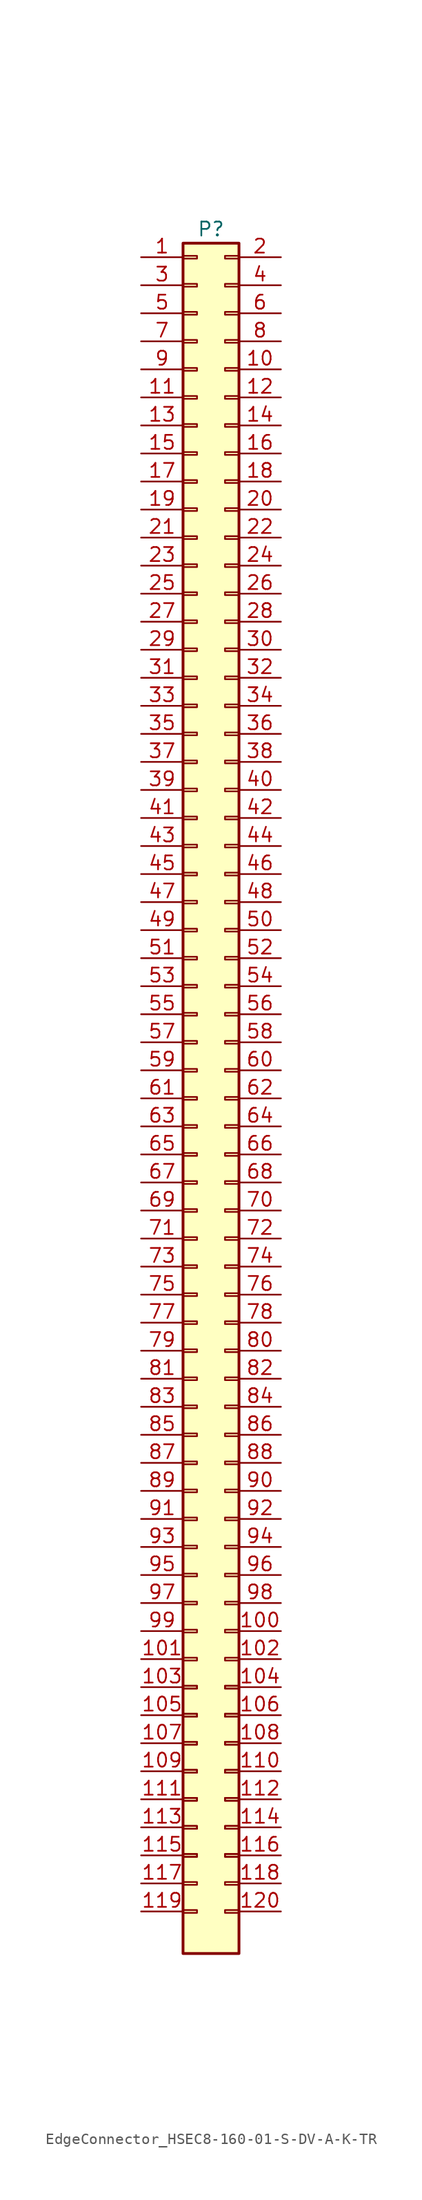
<source format=kicad_sym>
(kicad_symbol_lib
  (version 20220914)
  (generator kicad_symbol_editor)
  (symbol "EdgeConnector_HSEC8-160-01-S-DV-A-K-TR"
    (pin_names
      (offset 1.016) hide)
    (property "Reference" "P"
      (at 0 1.27 0)
      (effects (font (size 1.27 1.27))))
    (symbol "EdgeConnector_HSEC8-160-01-S-DV-A-K-TR_1_1"
      (rectangle (start -2.54 -151.003) (end -1.27 -151.257) (stroke (width 0.152) (type default)) (fill (type none)))
      (rectangle (start -2.54 -148.463) (end -1.27 -148.717) (stroke (width 0.152) (type default)) (fill (type none)))
      (rectangle (start -2.54 -145.923) (end -1.27 -146.177) (stroke (width 0.152) (type default)) (fill (type none)))
      (rectangle (start -2.54 -145.923) (end -1.27 -146.177) (stroke (width 0.152) (type default)) (fill (type none)))
      (rectangle (start -2.54 -143.383) (end -1.27 -143.637) (stroke (width 0.152) (type default)) (fill (type none)))
      (rectangle (start -2.54 -143.383) (end -1.27 -143.637) (stroke (width 0.152) (type default)) (fill (type none)))
      (rectangle (start -2.54 -140.843) (end -1.27 -141.097) (stroke (width 0.152) (type default)) (fill (type none)))
      (rectangle (start -2.54 -140.843) (end -1.27 -141.097) (stroke (width 0.152) (type default)) (fill (type none)))
      (rectangle (start -2.54 -138.303) (end -1.27 -138.557) (stroke (width 0.152) (type default)) (fill (type none)))
      (rectangle (start -2.54 -138.303) (end -1.27 -138.557) (stroke (width 0.152) (type default)) (fill (type none)))
      (rectangle (start -2.54 -135.763) (end -1.27 -136.017) (stroke (width 0.152) (type default)) (fill (type none)))
      (rectangle (start -2.54 -135.763) (end -1.27 -136.017) (stroke (width 0.152) (type default)) (fill (type none)))
      (rectangle (start -2.54 -133.223) (end -1.27 -133.477) (stroke (width 0.152) (type default)) (fill (type none)))
      (rectangle (start -2.54 -133.223) (end -1.27 -133.477) (stroke (width 0.152) (type default)) (fill (type none)))
      (rectangle (start -2.54 -130.683) (end -1.27 -130.937) (stroke (width 0.152) (type default)) (fill (type none)))
      (rectangle (start -2.54 -130.683) (end -1.27 -130.937) (stroke (width 0.152) (type default)) (fill (type none)))
      (rectangle (start -2.54 -128.143) (end -1.27 -128.397) (stroke (width 0.152) (type default)) (fill (type none)))
      (rectangle (start -2.54 -125.603) (end -1.27 -125.857) (stroke (width 0.152) (type default)) (fill (type none)))
      (rectangle (start -2.54 -123.063) (end -1.27 -123.317) (stroke (width 0.152) (type default)) (fill (type none)))
      (rectangle (start -2.54 -120.523) (end -1.27 -120.777) (stroke (width 0.152) (type default)) (fill (type none)))
      (rectangle (start -2.54 -117.983) (end -1.27 -118.237) (stroke (width 0.152) (type default)) (fill (type none)))
      (rectangle (start -2.54 -115.443) (end -1.27 -115.697) (stroke (width 0.152) (type default)) (fill (type none)))
      (rectangle (start -2.54 -112.903) (end -1.27 -113.157) (stroke (width 0.152) (type default)) (fill (type none)))
      (rectangle (start -2.54 -110.363) (end -1.27 -110.617) (stroke (width 0.152) (type default)) (fill (type none)))
      (rectangle (start -2.54 -107.823) (end -1.27 -108.077) (stroke (width 0.152) (type default)) (fill (type none)))
      (rectangle (start -2.54 -105.283) (end -1.27 -105.537) (stroke (width 0.152) (type default)) (fill (type none)))
      (rectangle (start -2.54 -102.743) (end -1.27 -102.997) (stroke (width 0.152) (type default)) (fill (type none)))
      (rectangle (start -2.54 -100.203) (end -1.27 -100.457) (stroke (width 0.152) (type default)) (fill (type none)))
      (rectangle (start -2.54 -97.663) (end -1.27 -97.917) (stroke (width 0.152) (type default)) (fill (type none)))
      (rectangle (start -2.54 -95.123) (end -1.27 -95.377) (stroke (width 0.152) (type default)) (fill (type none)))
      (rectangle (start -2.54 -92.583) (end -1.27 -92.837) (stroke (width 0.152) (type default)) (fill (type none)))
      (rectangle (start -2.54 -90.043) (end -1.27 -90.297) (stroke (width 0.152) (type default)) (fill (type none)))
      (rectangle (start -2.54 -87.503) (end -1.27 -87.757) (stroke (width 0.152) (type default)) (fill (type none)))
      (rectangle (start -2.54 -84.963) (end -1.27 -85.217) (stroke (width 0.152) (type default)) (fill (type none)))
      (rectangle (start -2.54 -82.423) (end -1.27 -82.677) (stroke (width 0.152) (type default)) (fill (type none)))
      (rectangle (start -2.54 -79.883) (end -1.27 -80.137) (stroke (width 0.152) (type default)) (fill (type none)))
      (rectangle (start -2.54 -77.343) (end -1.27 -77.597) (stroke (width 0.152) (type default)) (fill (type none)))
      (rectangle (start -2.54 -74.803) (end -1.27 -75.057) (stroke (width 0.152) (type default)) (fill (type none)))
      (rectangle (start -2.54 -72.263) (end -1.27 -72.517) (stroke (width 0.152) (type default)) (fill (type none)))
      (rectangle (start -2.54 -69.723) (end -1.27 -69.977) (stroke (width 0.152) (type default)) (fill (type none)))
      (rectangle (start -2.54 -67.183) (end -1.27 -67.437) (stroke (width 0.152) (type default)) (fill (type none)))
      (rectangle (start -2.54 -64.643) (end -1.27 -64.897) (stroke (width 0.152) (type default)) (fill (type none)))
      (rectangle (start -2.54 -62.103) (end -1.27 -62.357) (stroke (width 0.152) (type default)) (fill (type none)))
      (rectangle (start -2.54 -59.563) (end -1.27 -59.817) (stroke (width 0.152) (type default)) (fill (type none)))
      (rectangle (start -2.54 -57.023) (end -1.27 -57.277) (stroke (width 0.152) (type default)) (fill (type none)))
      (rectangle (start -2.54 -54.483) (end -1.27 -54.737) (stroke (width 0.152) (type default)) (fill (type none)))
      (rectangle (start -2.54 -51.943) (end -1.27 -52.197) (stroke (width 0.152) (type default)) (fill (type none)))
      (rectangle (start -2.54 -49.403) (end -1.27 -49.657) (stroke (width 0.152) (type default)) (fill (type none)))
      (rectangle (start -2.54 -46.863) (end -1.27 -47.117) (stroke (width 0.152) (type default)) (fill (type none)))
      (rectangle (start -2.54 -44.323) (end -1.27 -44.577) (stroke (width 0.152) (type default)) (fill (type none)))
      (rectangle (start -2.54 -41.783) (end -1.27 -42.037) (stroke (width 0.152) (type default)) (fill (type none)))
      (rectangle (start -2.54 -39.243) (end -1.27 -39.497) (stroke (width 0.152) (type default)) (fill (type none)))
      (rectangle (start -2.54 -36.703) (end -1.27 -36.957) (stroke (width 0.152) (type default)) (fill (type none)))
      (rectangle (start -2.54 -34.163) (end -1.27 -34.417) (stroke (width 0.152) (type default)) (fill (type none)))
      (rectangle (start -2.54 -31.623) (end -1.27 -31.877) (stroke (width 0.152) (type default)) (fill (type none)))
      (rectangle (start -2.54 -29.083) (end -1.27 -29.337) (stroke (width 0.152) (type default)) (fill (type none)))
      (rectangle (start -2.54 -26.543) (end -1.27 -26.797) (stroke (width 0.152) (type default)) (fill (type none)))
      (rectangle (start -2.54 -24.003) (end -1.27 -24.257) (stroke (width 0.152) (type default)) (fill (type none)))
      (rectangle (start -2.54 -21.463) (end -1.27 -21.717) (stroke (width 0.152) (type default)) (fill (type none)))
      (rectangle (start -2.54 -18.923) (end -1.27 -19.177) (stroke (width 0.152) (type default)) (fill (type none)))
      (rectangle (start -2.54 -16.383) (end -1.27 -16.637) (stroke (width 0.152) (type default)) (fill (type none)))
      (rectangle (start -2.54 -13.843) (end -1.27 -14.097) (stroke (width 0.152) (type default)) (fill (type none)))
      (rectangle (start -2.54 -11.303) (end -1.27 -11.557) (stroke (width 0.152) (type default)) (fill (type none)))
      (rectangle (start -2.54 -8.763) (end -1.27 -9.017) (stroke (width 0.152) (type default)) (fill (type none)))
      (rectangle (start -2.54 -6.223) (end -1.27 -6.477) (stroke (width 0.152) (type default)) (fill (type none)))
      (rectangle (start -2.54 -3.683) (end -1.27 -3.937) (stroke (width 0.152) (type default)) (fill (type none)))
      (rectangle (start -2.54 -1.143) (end -1.27 -1.397) (stroke (width 0.152) (type default)) (fill (type none)))
      (rectangle (start -2.54 0) (end 2.54 -154.94) (stroke (width 0.254) (type default)) (fill (type background)))
      (rectangle (start 2.54 -151.003) (end 1.27 -151.257) (stroke (width 0.152) (type default)) (fill (type none)))
      (rectangle (start 2.54 -148.463) (end 1.27 -148.717) (stroke (width 0.152) (type default)) (fill (type none)))
      (rectangle (start 2.54 -145.923) (end 1.27 -146.177) (stroke (width 0.152) (type default)) (fill (type none)))
      (rectangle (start 2.54 -145.923) (end 1.27 -146.177) (stroke (width 0.152) (type default)) (fill (type none)))
      (rectangle (start 2.54 -143.383) (end 1.27 -143.637) (stroke (width 0.152) (type default)) (fill (type none)))
      (rectangle (start 2.54 -143.383) (end 1.27 -143.637) (stroke (width 0.152) (type default)) (fill (type none)))
      (rectangle (start 2.54 -140.843) (end 1.27 -141.097) (stroke (width 0.152) (type default)) (fill (type none)))
      (rectangle (start 2.54 -140.843) (end 1.27 -141.097) (stroke (width 0.152) (type default)) (fill (type none)))
      (rectangle (start 2.54 -138.303) (end 1.27 -138.557) (stroke (width 0.152) (type default)) (fill (type none)))
      (rectangle (start 2.54 -138.303) (end 1.27 -138.557) (stroke (width 0.152) (type default)) (fill (type none)))
      (rectangle (start 2.54 -135.763) (end 1.27 -136.017) (stroke (width 0.152) (type default)) (fill (type none)))
      (rectangle (start 2.54 -135.763) (end 1.27 -136.017) (stroke (width 0.152) (type default)) (fill (type none)))
      (rectangle (start 2.54 -133.223) (end 1.27 -133.477) (stroke (width 0.152) (type default)) (fill (type none)))
      (rectangle (start 2.54 -133.223) (end 1.27 -133.477) (stroke (width 0.152) (type default)) (fill (type none)))
      (rectangle (start 2.54 -130.683) (end 1.27 -130.937) (stroke (width 0.152) (type default)) (fill (type none)))
      (rectangle (start 2.54 -130.683) (end 1.27 -130.937) (stroke (width 0.152) (type default)) (fill (type none)))
      (rectangle (start 2.54 -128.143) (end 1.27 -128.397) (stroke (width 0.152) (type default)) (fill (type none)))
      (rectangle (start 2.54 -125.603) (end 1.27 -125.857) (stroke (width 0.152) (type default)) (fill (type none)))
      (rectangle (start 2.54 -123.063) (end 1.27 -123.317) (stroke (width 0.152) (type default)) (fill (type none)))
      (rectangle (start 2.54 -120.523) (end 1.27 -120.777) (stroke (width 0.152) (type default)) (fill (type none)))
      (rectangle (start 2.54 -117.983) (end 1.27 -118.237) (stroke (width 0.152) (type default)) (fill (type none)))
      (rectangle (start 2.54 -115.443) (end 1.27 -115.697) (stroke (width 0.152) (type default)) (fill (type none)))
      (rectangle (start 2.54 -112.903) (end 1.27 -113.157) (stroke (width 0.152) (type default)) (fill (type none)))
      (rectangle (start 2.54 -110.363) (end 1.27 -110.617) (stroke (width 0.152) (type default)) (fill (type none)))
      (rectangle (start 2.54 -107.823) (end 1.27 -108.077) (stroke (width 0.152) (type default)) (fill (type none)))
      (rectangle (start 2.54 -105.283) (end 1.27 -105.537) (stroke (width 0.152) (type default)) (fill (type none)))
      (rectangle (start 2.54 -102.743) (end 1.27 -102.997) (stroke (width 0.152) (type default)) (fill (type none)))
      (rectangle (start 2.54 -100.203) (end 1.27 -100.457) (stroke (width 0.152) (type default)) (fill (type none)))
      (rectangle (start 2.54 -97.663) (end 1.27 -97.917) (stroke (width 0.152) (type default)) (fill (type none)))
      (rectangle (start 2.54 -95.123) (end 1.27 -95.377) (stroke (width 0.152) (type default)) (fill (type none)))
      (rectangle (start 2.54 -92.583) (end 1.27 -92.837) (stroke (width 0.152) (type default)) (fill (type none)))
      (rectangle (start 2.54 -90.043) (end 1.27 -90.297) (stroke (width 0.152) (type default)) (fill (type none)))
      (rectangle (start 2.54 -87.503) (end 1.27 -87.757) (stroke (width 0.152) (type default)) (fill (type none)))
      (rectangle (start 2.54 -84.963) (end 1.27 -85.217) (stroke (width 0.152) (type default)) (fill (type none)))
      (rectangle (start 2.54 -82.423) (end 1.27 -82.677) (stroke (width 0.152) (type default)) (fill (type none)))
      (rectangle (start 2.54 -79.883) (end 1.27 -80.137) (stroke (width 0.152) (type default)) (fill (type none)))
      (rectangle (start 2.54 -77.343) (end 1.27 -77.597) (stroke (width 0.152) (type default)) (fill (type none)))
      (rectangle (start 2.54 -74.803) (end 1.27 -75.057) (stroke (width 0.152) (type default)) (fill (type none)))
      (rectangle (start 2.54 -72.263) (end 1.27 -72.517) (stroke (width 0.152) (type default)) (fill (type none)))
      (rectangle (start 2.54 -69.723) (end 1.27 -69.977) (stroke (width 0.152) (type default)) (fill (type none)))
      (rectangle (start 2.54 -67.183) (end 1.27 -67.437) (stroke (width 0.152) (type default)) (fill (type none)))
      (rectangle (start 2.54 -64.643) (end 1.27 -64.897) (stroke (width 0.152) (type default)) (fill (type none)))
      (rectangle (start 2.54 -62.103) (end 1.27 -62.357) (stroke (width 0.152) (type default)) (fill (type none)))
      (rectangle (start 2.54 -59.563) (end 1.27 -59.817) (stroke (width 0.152) (type default)) (fill (type none)))
      (rectangle (start 2.54 -57.023) (end 1.27 -57.277) (stroke (width 0.152) (type default)) (fill (type none)))
      (rectangle (start 2.54 -54.483) (end 1.27 -54.737) (stroke (width 0.152) (type default)) (fill (type none)))
      (rectangle (start 2.54 -51.943) (end 1.27 -52.197) (stroke (width 0.152) (type default)) (fill (type none)))
      (rectangle (start 2.54 -49.403) (end 1.27 -49.657) (stroke (width 0.152) (type default)) (fill (type none)))
      (rectangle (start 2.54 -46.863) (end 1.27 -47.117) (stroke (width 0.152) (type default)) (fill (type none)))
      (rectangle (start 2.54 -44.323) (end 1.27 -44.577) (stroke (width 0.152) (type default)) (fill (type none)))
      (rectangle (start 2.54 -41.783) (end 1.27 -42.037) (stroke (width 0.152) (type default)) (fill (type none)))
      (rectangle (start 2.54 -39.243) (end 1.27 -39.497) (stroke (width 0.152) (type default)) (fill (type none)))
      (rectangle (start 2.54 -36.703) (end 1.27 -36.957) (stroke (width 0.152) (type default)) (fill (type none)))
      (rectangle (start 2.54 -34.163) (end 1.27 -34.417) (stroke (width 0.152) (type default)) (fill (type none)))
      (rectangle (start 2.54 -31.623) (end 1.27 -31.877) (stroke (width 0.152) (type default)) (fill (type none)))
      (rectangle (start 2.54 -29.083) (end 1.27 -29.337) (stroke (width 0.152) (type default)) (fill (type none)))
      (rectangle (start 2.54 -26.543) (end 1.27 -26.797) (stroke (width 0.152) (type default)) (fill (type none)))
      (rectangle (start 2.54 -24.003) (end 1.27 -24.257) (stroke (width 0.152) (type default)) (fill (type none)))
      (rectangle (start 2.54 -21.463) (end 1.27 -21.717) (stroke (width 0.152) (type default)) (fill (type none)))
      (rectangle (start 2.54 -18.923) (end 1.27 -19.177) (stroke (width 0.152) (type default)) (fill (type none)))
      (rectangle (start 2.54 -16.383) (end 1.27 -16.637) (stroke (width 0.152) (type default)) (fill (type none)))
      (rectangle (start 2.54 -13.843) (end 1.27 -14.097) (stroke (width 0.152) (type default)) (fill (type none)))
      (rectangle (start 2.54 -11.303) (end 1.27 -11.557) (stroke (width 0.152) (type default)) (fill (type none)))
      (rectangle (start 2.54 -8.763) (end 1.27 -9.017) (stroke (width 0.152) (type default)) (fill (type none)))
      (rectangle (start 2.54 -6.223) (end 1.27 -6.477) (stroke (width 0.152) (type default)) (fill (type none)))
      (rectangle (start 2.54 -3.683) (end 1.27 -3.937) (stroke (width 0.152) (type default)) (fill (type none)))
      (rectangle (start 2.54 -1.143) (end 1.27 -1.397) (stroke (width 0.152) (type default)) (fill (type none)))
      (pin passive line (at -6.35 -1.27 0) (length 3.81) (name "Pin_1" (effects (font (size 1.27 1.27)))) (number "1" (effects (font (size 1.27 1.27)))))
      (pin passive line (at 6.35 -11.43 180) (length 3.81) (name "Pin_10" (effects (font (size 1.27 1.27)))) (number "10" (effects (font (size 1.27 1.27)))))
      (pin passive line (at 6.35 -125.73 180) (length 3.81) (name "Pin_100" (effects (font (size 1.27 1.27)))) (number "100" (effects (font (size 1.27 1.27)))))
      (pin passive line (at -6.35 -128.27 0) (length 3.81) (name "Pin_101" (effects (font (size 1.27 1.27)))) (number "101" (effects (font (size 1.27 1.27)))))
      (pin passive line (at 6.35 -128.27 180) (length 3.81) (name "Pin_102" (effects (font (size 1.27 1.27)))) (number "102" (effects (font (size 1.27 1.27)))))
      (pin passive line (at -6.35 -130.81 0) (length 3.81) (name "Pin_103" (effects (font (size 1.27 1.27)))) (number "103" (effects (font (size 1.27 1.27)))))
      (pin passive line (at 6.35 -130.81 180) (length 3.81) (name "Pin_104" (effects (font (size 1.27 1.27)))) (number "104" (effects (font (size 1.27 1.27)))))
      (pin passive line (at -6.35 -133.35 0) (length 3.81) (name "Pin_105" (effects (font (size 1.27 1.27)))) (number "105" (effects (font (size 1.27 1.27)))))
      (pin passive line (at 6.35 -133.35 180) (length 3.81) (name "Pin_106" (effects (font (size 1.27 1.27)))) (number "106" (effects (font (size 1.27 1.27)))))
      (pin passive line (at -6.35 -135.89 0) (length 3.81) (name "Pin_107" (effects (font (size 1.27 1.27)))) (number "107" (effects (font (size 1.27 1.27)))))
      (pin passive line (at 6.35 -135.89 180) (length 3.81) (name "Pin_108" (effects (font (size 1.27 1.27)))) (number "108" (effects (font (size 1.27 1.27)))))
      (pin passive line (at -6.35 -138.43 0) (length 3.81) (name "Pin_109" (effects (font (size 1.27 1.27)))) (number "109" (effects (font (size 1.27 1.27)))))
      (pin passive line (at -6.35 -13.97 0) (length 3.81) (name "Pin_11" (effects (font (size 1.27 1.27)))) (number "11" (effects (font (size 1.27 1.27)))))
      (pin passive line (at 6.35 -138.43 180) (length 3.81) (name "Pin_110" (effects (font (size 1.27 1.27)))) (number "110" (effects (font (size 1.27 1.27)))))
      (pin passive line (at -6.35 -140.97 0) (length 3.81) (name "Pin_111" (effects (font (size 1.27 1.27)))) (number "111" (effects (font (size 1.27 1.27)))))
      (pin passive line (at 6.35 -140.97 180) (length 3.81) (name "Pin_112" (effects (font (size 1.27 1.27)))) (number "112" (effects (font (size 1.27 1.27)))))
      (pin passive line (at -6.35 -143.51 0) (length 3.81) (name "Pin_113" (effects (font (size 1.27 1.27)))) (number "113" (effects (font (size 1.27 1.27)))))
      (pin passive line (at 6.35 -143.51 180) (length 3.81) (name "Pin_114" (effects (font (size 1.27 1.27)))) (number "114" (effects (font (size 1.27 1.27)))))
      (pin passive line (at -6.35 -146.05 0) (length 3.81) (name "Pin_115" (effects (font (size 1.27 1.27)))) (number "115" (effects (font (size 1.27 1.27)))))
      (pin passive line (at 6.35 -146.05 180) (length 3.81) (name "Pin_116" (effects (font (size 1.27 1.27)))) (number "116" (effects (font (size 1.27 1.27)))))
      (pin passive line (at -6.35 -148.59 0) (length 3.81) (name "Pin_117" (effects (font (size 1.27 1.27)))) (number "117" (effects (font (size 1.27 1.27)))))
      (pin passive line (at 6.35 -148.59 180) (length 3.81) (name "Pin_118" (effects (font (size 1.27 1.27)))) (number "118" (effects (font (size 1.27 1.27)))))
      (pin passive line (at -6.35 -151.13 0) (length 3.81) (name "Pin_119" (effects (font (size 1.27 1.27)))) (number "119" (effects (font (size 1.27 1.27)))))
      (pin passive line (at 6.35 -13.97 180) (length 3.81) (name "Pin_12" (effects (font (size 1.27 1.27)))) (number "12" (effects (font (size 1.27 1.27)))))
      (pin passive line (at 6.35 -151.13 180) (length 3.81) (name "Pin_120" (effects (font (size 1.27 1.27)))) (number "120" (effects (font (size 1.27 1.27)))))
      (pin passive line (at -6.35 -16.51 0) (length 3.81) (name "Pin_13" (effects (font (size 1.27 1.27)))) (number "13" (effects (font (size 1.27 1.27)))))
      (pin passive line (at 6.35 -16.51 180) (length 3.81) (name "Pin_14" (effects (font (size 1.27 1.27)))) (number "14" (effects (font (size 1.27 1.27)))))
      (pin passive line (at -6.35 -19.05 0) (length 3.81) (name "Pin_15" (effects (font (size 1.27 1.27)))) (number "15" (effects (font (size 1.27 1.27)))))
      (pin passive line (at 6.35 -19.05 180) (length 3.81) (name "Pin_16" (effects (font (size 1.27 1.27)))) (number "16" (effects (font (size 1.27 1.27)))))
      (pin passive line (at -6.35 -21.59 0) (length 3.81) (name "Pin_17" (effects (font (size 1.27 1.27)))) (number "17" (effects (font (size 1.27 1.27)))))
      (pin passive line (at 6.35 -21.59 180) (length 3.81) (name "Pin_18" (effects (font (size 1.27 1.27)))) (number "18" (effects (font (size 1.27 1.27)))))
      (pin passive line (at -6.35 -24.13 0) (length 3.81) (name "Pin_19" (effects (font (size 1.27 1.27)))) (number "19" (effects (font (size 1.27 1.27)))))
      (pin passive line (at 6.35 -1.27 180) (length 3.81) (name "Pin_2" (effects (font (size 1.27 1.27)))) (number "2" (effects (font (size 1.27 1.27)))))
      (pin passive line (at 6.35 -24.13 180) (length 3.81) (name "Pin_20" (effects (font (size 1.27 1.27)))) (number "20" (effects (font (size 1.27 1.27)))))
      (pin passive line (at -6.35 -26.67 0) (length 3.81) (name "Pin_21" (effects (font (size 1.27 1.27)))) (number "21" (effects (font (size 1.27 1.27)))))
      (pin passive line (at 6.35 -26.67 180) (length 3.81) (name "Pin_22" (effects (font (size 1.27 1.27)))) (number "22" (effects (font (size 1.27 1.27)))))
      (pin passive line (at -6.35 -29.21 0) (length 3.81) (name "Pin_23" (effects (font (size 1.27 1.27)))) (number "23" (effects (font (size 1.27 1.27)))))
      (pin passive line (at 6.35 -29.21 180) (length 3.81) (name "Pin_24" (effects (font (size 1.27 1.27)))) (number "24" (effects (font (size 1.27 1.27)))))
      (pin passive line (at -6.35 -31.75 0) (length 3.81) (name "Pin_25" (effects (font (size 1.27 1.27)))) (number "25" (effects (font (size 1.27 1.27)))))
      (pin passive line (at 6.35 -31.75 180) (length 3.81) (name "Pin_26" (effects (font (size 1.27 1.27)))) (number "26" (effects (font (size 1.27 1.27)))))
      (pin passive line (at -6.35 -34.29 0) (length 3.81) (name "Pin_27" (effects (font (size 1.27 1.27)))) (number "27" (effects (font (size 1.27 1.27)))))
      (pin passive line (at 6.35 -34.29 180) (length 3.81) (name "Pin_28" (effects (font (size 1.27 1.27)))) (number "28" (effects (font (size 1.27 1.27)))))
      (pin passive line (at -6.35 -36.83 0) (length 3.81) (name "Pin_29" (effects (font (size 1.27 1.27)))) (number "29" (effects (font (size 1.27 1.27)))))
      (pin passive line (at -6.35 -3.81 0) (length 3.81) (name "Pin_3" (effects (font (size 1.27 1.27)))) (number "3" (effects (font (size 1.27 1.27)))))
      (pin passive line (at 6.35 -36.83 180) (length 3.81) (name "Pin_30" (effects (font (size 1.27 1.27)))) (number "30" (effects (font (size 1.27 1.27)))))
      (pin passive line (at -6.35 -39.37 0) (length 3.81) (name "Pin_31" (effects (font (size 1.27 1.27)))) (number "31" (effects (font (size 1.27 1.27)))))
      (pin passive line (at 6.35 -39.37 180) (length 3.81) (name "Pin_32" (effects (font (size 1.27 1.27)))) (number "32" (effects (font (size 1.27 1.27)))))
      (pin passive line (at -6.35 -41.91 0) (length 3.81) (name "Pin_33" (effects (font (size 1.27 1.27)))) (number "33" (effects (font (size 1.27 1.27)))))
      (pin passive line (at 6.35 -41.91 180) (length 3.81) (name "Pin_34" (effects (font (size 1.27 1.27)))) (number "34" (effects (font (size 1.27 1.27)))))
      (pin passive line (at -6.35 -44.45 0) (length 3.81) (name "Pin_35" (effects (font (size 1.27 1.27)))) (number "35" (effects (font (size 1.27 1.27)))))
      (pin passive line (at 6.35 -44.45 180) (length 3.81) (name "Pin_36" (effects (font (size 1.27 1.27)))) (number "36" (effects (font (size 1.27 1.27)))))
      (pin passive line (at -6.35 -46.99 0) (length 3.81) (name "Pin_37" (effects (font (size 1.27 1.27)))) (number "37" (effects (font (size 1.27 1.27)))))
      (pin passive line (at 6.35 -46.99 180) (length 3.81) (name "Pin_38" (effects (font (size 1.27 1.27)))) (number "38" (effects (font (size 1.27 1.27)))))
      (pin passive line (at -6.35 -49.53 0) (length 3.81) (name "Pin_39" (effects (font (size 1.27 1.27)))) (number "39" (effects (font (size 1.27 1.27)))))
      (pin passive line (at 6.35 -3.81 180) (length 3.81) (name "Pin_4" (effects (font (size 1.27 1.27)))) (number "4" (effects (font (size 1.27 1.27)))))
      (pin passive line (at 6.35 -49.53 180) (length 3.81) (name "Pin_40" (effects (font (size 1.27 1.27)))) (number "40" (effects (font (size 1.27 1.27)))))
      (pin passive line (at -6.35 -52.07 0) (length 3.81) (name "Pin_41" (effects (font (size 1.27 1.27)))) (number "41" (effects (font (size 1.27 1.27)))))
      (pin passive line (at 6.35 -52.07 180) (length 3.81) (name "Pin_42" (effects (font (size 1.27 1.27)))) (number "42" (effects (font (size 1.27 1.27)))))
      (pin passive line (at -6.35 -54.61 0) (length 3.81) (name "Pin_43" (effects (font (size 1.27 1.27)))) (number "43" (effects (font (size 1.27 1.27)))))
      (pin passive line (at 6.35 -54.61 180) (length 3.81) (name "Pin_44" (effects (font (size 1.27 1.27)))) (number "44" (effects (font (size 1.27 1.27)))))
      (pin passive line (at -6.35 -57.15 0) (length 3.81) (name "Pin_45" (effects (font (size 1.27 1.27)))) (number "45" (effects (font (size 1.27 1.27)))))
      (pin passive line (at 6.35 -57.15 180) (length 3.81) (name "Pin_46" (effects (font (size 1.27 1.27)))) (number "46" (effects (font (size 1.27 1.27)))))
      (pin passive line (at -6.35 -59.69 0) (length 3.81) (name "Pin_47" (effects (font (size 1.27 1.27)))) (number "47" (effects (font (size 1.27 1.27)))))
      (pin passive line (at 6.35 -59.69 180) (length 3.81) (name "Pin_48" (effects (font (size 1.27 1.27)))) (number "48" (effects (font (size 1.27 1.27)))))
      (pin passive line (at -6.35 -62.23 0) (length 3.81) (name "Pin_49" (effects (font (size 1.27 1.27)))) (number "49" (effects (font (size 1.27 1.27)))))
      (pin passive line (at -6.35 -6.35 0) (length 3.81) (name "Pin_5" (effects (font (size 1.27 1.27)))) (number "5" (effects (font (size 1.27 1.27)))))
      (pin passive line (at 6.35 -62.23 180) (length 3.81) (name "Pin_50" (effects (font (size 1.27 1.27)))) (number "50" (effects (font (size 1.27 1.27)))))
      (pin passive line (at -6.35 -64.77 0) (length 3.81) (name "Pin_51" (effects (font (size 1.27 1.27)))) (number "51" (effects (font (size 1.27 1.27)))))
      (pin passive line (at 6.35 -64.77 180) (length 3.81) (name "Pin_52" (effects (font (size 1.27 1.27)))) (number "52" (effects (font (size 1.27 1.27)))))
      (pin passive line (at -6.35 -67.31 0) (length 3.81) (name "Pin_53" (effects (font (size 1.27 1.27)))) (number "53" (effects (font (size 1.27 1.27)))))
      (pin passive line (at 6.35 -67.31 180) (length 3.81) (name "Pin_54" (effects (font (size 1.27 1.27)))) (number "54" (effects (font (size 1.27 1.27)))))
      (pin passive line (at -6.35 -69.85 0) (length 3.81) (name "Pin_55" (effects (font (size 1.27 1.27)))) (number "55" (effects (font (size 1.27 1.27)))))
      (pin passive line (at 6.35 -69.85 180) (length 3.81) (name "Pin_56" (effects (font (size 1.27 1.27)))) (number "56" (effects (font (size 1.27 1.27)))))
      (pin passive line (at -6.35 -72.39 0) (length 3.81) (name "Pin_57" (effects (font (size 1.27 1.27)))) (number "57" (effects (font (size 1.27 1.27)))))
      (pin passive line (at 6.35 -72.39 180) (length 3.81) (name "Pin_58" (effects (font (size 1.27 1.27)))) (number "58" (effects (font (size 1.27 1.27)))))
      (pin passive line (at -6.35 -74.93 0) (length 3.81) (name "Pin_59" (effects (font (size 1.27 1.27)))) (number "59" (effects (font (size 1.27 1.27)))))
      (pin passive line (at 6.35 -6.35 180) (length 3.81) (name "Pin_6" (effects (font (size 1.27 1.27)))) (number "6" (effects (font (size 1.27 1.27)))))
      (pin passive line (at 6.35 -74.93 180) (length 3.81) (name "Pin_60" (effects (font (size 1.27 1.27)))) (number "60" (effects (font (size 1.27 1.27)))))
      (pin passive line (at -6.35 -77.47 0) (length 3.81) (name "Pin_61" (effects (font (size 1.27 1.27)))) (number "61" (effects (font (size 1.27 1.27)))))
      (pin passive line (at 6.35 -77.47 180) (length 3.81) (name "Pin_62" (effects (font (size 1.27 1.27)))) (number "62" (effects (font (size 1.27 1.27)))))
      (pin passive line (at -6.35 -80.01 0) (length 3.81) (name "Pin_63" (effects (font (size 1.27 1.27)))) (number "63" (effects (font (size 1.27 1.27)))))
      (pin passive line (at 6.35 -80.01 180) (length 3.81) (name "Pin_64" (effects (font (size 1.27 1.27)))) (number "64" (effects (font (size 1.27 1.27)))))
      (pin passive line (at -6.35 -82.55 0) (length 3.81) (name "Pin_65" (effects (font (size 1.27 1.27)))) (number "65" (effects (font (size 1.27 1.27)))))
      (pin passive line (at 6.35 -82.55 180) (length 3.81) (name "Pin_66" (effects (font (size 1.27 1.27)))) (number "66" (effects (font (size 1.27 1.27)))))
      (pin passive line (at -6.35 -85.09 0) (length 3.81) (name "Pin_67" (effects (font (size 1.27 1.27)))) (number "67" (effects (font (size 1.27 1.27)))))
      (pin passive line (at 6.35 -85.09 180) (length 3.81) (name "Pin_68" (effects (font (size 1.27 1.27)))) (number "68" (effects (font (size 1.27 1.27)))))
      (pin passive line (at -6.35 -87.63 0) (length 3.81) (name "Pin_69" (effects (font (size 1.27 1.27)))) (number "69" (effects (font (size 1.27 1.27)))))
      (pin passive line (at -6.35 -8.89 0) (length 3.81) (name "Pin_7" (effects (font (size 1.27 1.27)))) (number "7" (effects (font (size 1.27 1.27)))))
      (pin passive line (at 6.35 -87.63 180) (length 3.81) (name "Pin_70" (effects (font (size 1.27 1.27)))) (number "70" (effects (font (size 1.27 1.27)))))
      (pin passive line (at -6.35 -90.17 0) (length 3.81) (name "Pin_71" (effects (font (size 1.27 1.27)))) (number "71" (effects (font (size 1.27 1.27)))))
      (pin passive line (at 6.35 -90.17 180) (length 3.81) (name "Pin_72" (effects (font (size 1.27 1.27)))) (number "72" (effects (font (size 1.27 1.27)))))
      (pin passive line (at -6.35 -92.71 0) (length 3.81) (name "Pin_73" (effects (font (size 1.27 1.27)))) (number "73" (effects (font (size 1.27 1.27)))))
      (pin passive line (at 6.35 -92.71 180) (length 3.81) (name "Pin_74" (effects (font (size 1.27 1.27)))) (number "74" (effects (font (size 1.27 1.27)))))
      (pin passive line (at -6.35 -95.25 0) (length 3.81) (name "Pin_75" (effects (font (size 1.27 1.27)))) (number "75" (effects (font (size 1.27 1.27)))))
      (pin passive line (at 6.35 -95.25 180) (length 3.81) (name "Pin_76" (effects (font (size 1.27 1.27)))) (number "76" (effects (font (size 1.27 1.27)))))
      (pin passive line (at -6.35 -97.79 0) (length 3.81) (name "Pin_77" (effects (font (size 1.27 1.27)))) (number "77" (effects (font (size 1.27 1.27)))))
      (pin passive line (at 6.35 -97.79 180) (length 3.81) (name "Pin_78" (effects (font (size 1.27 1.27)))) (number "78" (effects (font (size 1.27 1.27)))))
      (pin passive line (at -6.35 -100.33 0) (length 3.81) (name "Pin_79" (effects (font (size 1.27 1.27)))) (number "79" (effects (font (size 1.27 1.27)))))
      (pin passive line (at 6.35 -8.89 180) (length 3.81) (name "Pin_8" (effects (font (size 1.27 1.27)))) (number "8" (effects (font (size 1.27 1.27)))))
      (pin passive line (at 6.35 -100.33 180) (length 3.81) (name "Pin_80" (effects (font (size 1.27 1.27)))) (number "80" (effects (font (size 1.27 1.27)))))
      (pin passive line (at -6.35 -102.87 0) (length 3.81) (name "Pin_81" (effects (font (size 1.27 1.27)))) (number "81" (effects (font (size 1.27 1.27)))))
      (pin passive line (at 6.35 -102.87 180) (length 3.81) (name "Pin_82" (effects (font (size 1.27 1.27)))) (number "82" (effects (font (size 1.27 1.27)))))
      (pin passive line (at -6.35 -105.41 0) (length 3.81) (name "Pin_83" (effects (font (size 1.27 1.27)))) (number "83" (effects (font (size 1.27 1.27)))))
      (pin passive line (at 6.35 -105.41 180) (length 3.81) (name "Pin_84" (effects (font (size 1.27 1.27)))) (number "84" (effects (font (size 1.27 1.27)))))
      (pin passive line (at -6.35 -107.95 0) (length 3.81) (name "Pin_85" (effects (font (size 1.27 1.27)))) (number "85" (effects (font (size 1.27 1.27)))))
      (pin passive line (at 6.35 -107.95 180) (length 3.81) (name "Pin_86" (effects (font (size 1.27 1.27)))) (number "86" (effects (font (size 1.27 1.27)))))
      (pin passive line (at -6.35 -110.49 0) (length 3.81) (name "Pin_87" (effects (font (size 1.27 1.27)))) (number "87" (effects (font (size 1.27 1.27)))))
      (pin passive line (at 6.35 -110.49 180) (length 3.81) (name "Pin_88" (effects (font (size 1.27 1.27)))) (number "88" (effects (font (size 1.27 1.27)))))
      (pin passive line (at -6.35 -113.03 0) (length 3.81) (name "Pin_89" (effects (font (size 1.27 1.27)))) (number "89" (effects (font (size 1.27 1.27)))))
      (pin passive line (at -6.35 -11.43 0) (length 3.81) (name "Pin_9" (effects (font (size 1.27 1.27)))) (number "9" (effects (font (size 1.27 1.27)))))
      (pin passive line (at 6.35 -113.03 180) (length 3.81) (name "Pin_90" (effects (font (size 1.27 1.27)))) (number "90" (effects (font (size 1.27 1.27)))))
      (pin passive line (at -6.35 -115.57 0) (length 3.81) (name "Pin_91" (effects (font (size 1.27 1.27)))) (number "91" (effects (font (size 1.27 1.27)))))
      (pin passive line (at 6.35 -115.57 180) (length 3.81) (name "Pin_92" (effects (font (size 1.27 1.27)))) (number "92" (effects (font (size 1.27 1.27)))))
      (pin passive line (at -6.35 -118.11 0) (length 3.81) (name "Pin93" (effects (font (size 1.27 1.27)))) (number "93" (effects (font (size 1.27 1.27)))))
      (pin passive line (at 6.35 -118.11 180) (length 3.81) (name "Pin_94" (effects (font (size 1.27 1.27)))) (number "94" (effects (font (size 1.27 1.27)))))
      (pin passive line (at -6.35 -120.65 0) (length 3.81) (name "Pin_95" (effects (font (size 1.27 1.27)))) (number "95" (effects (font (size 1.27 1.27)))))
      (pin passive line (at 6.35 -120.65 180) (length 3.81) (name "Pin_96" (effects (font (size 1.27 1.27)))) (number "96" (effects (font (size 1.27 1.27)))))
      (pin passive line (at -6.35 -123.19 0) (length 3.81) (name "Pin_97" (effects (font (size 1.27 1.27)))) (number "97" (effects (font (size 1.27 1.27)))))
      (pin passive line (at 6.35 -123.19 180) (length 3.81) (name "Pin_98" (effects (font (size 1.27 1.27)))) (number "98" (effects (font (size 1.27 1.27)))))
      (pin passive line (at -6.35 -125.73 0) (length 3.81) (name "Pin_99" (effects (font (size 1.27 1.27)))) (number "99" (effects (font (size 1.27 1.27))))))))
</source>
